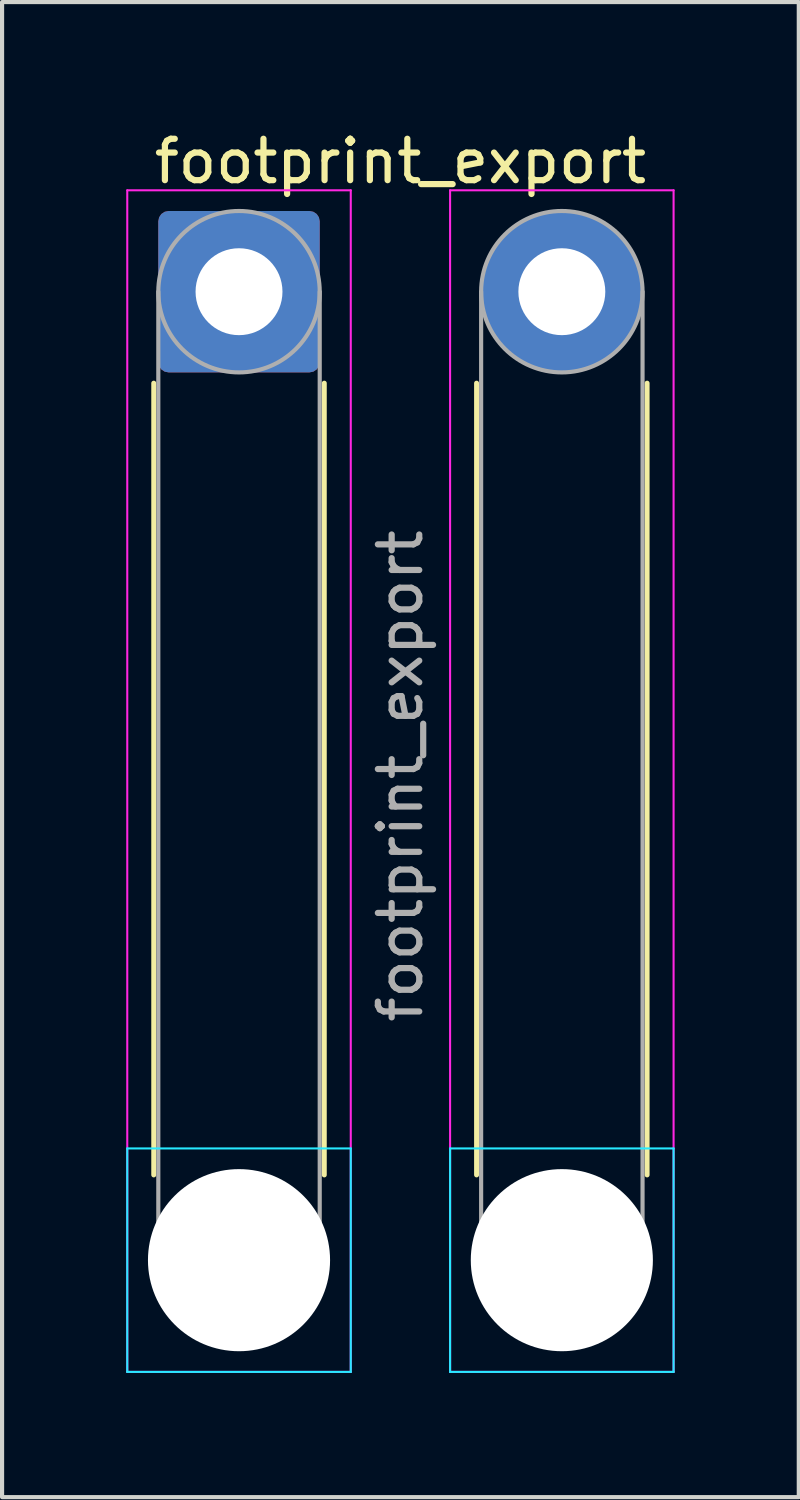
<source format=kicad_pcb>
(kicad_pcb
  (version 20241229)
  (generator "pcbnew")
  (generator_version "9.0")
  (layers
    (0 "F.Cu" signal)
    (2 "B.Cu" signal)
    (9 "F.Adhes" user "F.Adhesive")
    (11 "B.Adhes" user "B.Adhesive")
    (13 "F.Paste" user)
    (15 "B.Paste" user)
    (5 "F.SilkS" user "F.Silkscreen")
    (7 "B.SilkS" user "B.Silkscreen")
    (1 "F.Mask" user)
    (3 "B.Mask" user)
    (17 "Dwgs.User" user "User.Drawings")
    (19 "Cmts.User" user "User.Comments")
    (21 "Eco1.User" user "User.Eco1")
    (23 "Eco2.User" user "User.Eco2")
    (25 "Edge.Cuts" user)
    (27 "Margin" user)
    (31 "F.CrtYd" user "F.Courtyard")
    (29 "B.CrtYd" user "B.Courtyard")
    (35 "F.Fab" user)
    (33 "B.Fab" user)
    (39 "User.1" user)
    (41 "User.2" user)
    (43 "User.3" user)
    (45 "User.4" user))
  (footprint "footprint_export"
    (layer "F.Cu")
    (at 2.725 3.998)
    (property "Reference" "footprint_export" (at 3.9 -3.15 0) (layer "F.SilkS") (effects (font (size 1 1) (thickness 0.15))))
    (attr exclude_from_pos_files exclude_from_bom)
    (fp_line (start -2.06 2.21) (end -2.06 21.34) (stroke (width 0.12) (type solid)) (layer "F.SilkS"))
    (fp_line (start 2.06 2.21) (end 2.06 21.34) (stroke (width 0.12) (type solid)) (layer "F.SilkS"))
    (fp_line (start 5.74 2.21) (end 5.74 21.34) (stroke (width 0.12) (type solid)) (layer "F.SilkS"))
    (fp_line (start 9.86 2.21) (end 9.86 21.34) (stroke (width 0.12) (type solid)) (layer "F.SilkS"))
    (fp_line (start -2.7 20.7) (end -2.7 26.1) (stroke (width 0.05) (type solid)) (layer "B.CrtYd"))
    (fp_line (start -2.7 26.1) (end 2.7 26.1) (stroke (width 0.05) (type solid)) (layer "B.CrtYd"))
    (fp_line (start 2.7 20.7) (end -2.7 20.7) (stroke (width 0.05) (type solid)) (layer "B.CrtYd"))
    (fp_line (start 2.7 26.1) (end 2.7 20.7) (stroke (width 0.05) (type solid)) (layer "B.CrtYd"))
    (fp_line (start 5.1 20.7) (end 5.1 26.1) (stroke (width 0.05) (type solid)) (layer "B.CrtYd"))
    (fp_line (start 5.1 26.1) (end 10.5 26.1) (stroke (width 0.05) (type solid)) (layer "B.CrtYd"))
    (fp_line (start 10.5 20.7) (end 5.1 20.7) (stroke (width 0.05) (type solid)) (layer "B.CrtYd"))
    (fp_line (start 10.5 26.1) (end 10.5 20.7) (stroke (width 0.05) (type solid)) (layer "B.CrtYd"))
    (fp_line (start -2.7 -2.45) (end -2.7 26.1) (stroke (width 0.05) (type solid)) (layer "F.CrtYd"))
    (fp_line (start -2.7 26.1) (end 2.7 26.1) (stroke (width 0.05) (type solid)) (layer "F.CrtYd"))
    (fp_line (start 2.7 -2.45) (end -2.7 -2.45) (stroke (width 0.05) (type solid)) (layer "F.CrtYd"))
    (fp_line (start 2.7 26.1) (end 2.7 -2.45) (stroke (width 0.05) (type solid)) (layer "F.CrtYd"))
    (fp_line (start 5.1 -2.45) (end 5.1 26.1) (stroke (width 0.05) (type solid)) (layer "F.CrtYd"))
    (fp_line (start 5.1 26.1) (end 10.5 26.1) (stroke (width 0.05) (type solid)) (layer "F.CrtYd"))
    (fp_line (start 10.5 -2.45) (end 5.1 -2.45) (stroke (width 0.05) (type solid)) (layer "F.CrtYd"))
    (fp_line (start 10.5 26.1) (end 10.5 -2.45) (stroke (width 0.05) (type solid)) (layer "F.CrtYd"))
    (fp_line (start -1.95 0) (end -1.95 23.4) (stroke (width 0.1) (type solid)) (layer "F.Fab"))
    (fp_line (start 1.95 0) (end 1.95 23.4) (stroke (width 0.1) (type solid)) (layer "F.Fab"))
    (fp_line (start 5.85 0) (end 5.85 23.4) (stroke (width 0.1) (type solid)) (layer "F.Fab"))
    (fp_line (start 9.75 0) (end 9.75 23.4) (stroke (width 0.1) (type solid)) (layer "F.Fab"))
    (fp_circle (center 0 0) (end 1.95 0) (stroke (width 0.1) (type solid)) (fill no) (layer "F.Fab"))
    (fp_circle (center 0 23.4) (end 1.95 23.4) (stroke (width 0.1) (type solid)) (fill no) (layer "F.Fab"))
    (fp_circle (center 7.8 0) (end 9.75 0) (stroke (width 0.1) (type solid)) (fill no) (layer "F.Fab"))
    (fp_circle (center 7.8 23.4) (end 9.75 23.4) (stroke (width 0.1) (type solid)) (fill no) (layer "F.Fab"))
    (fp_text user "${REFERENCE}" (at 3.9 11.7 90) (layer "F.Fab") (effects (font (size 1 1) (thickness 0.15))))
    (pad "" np_thru_hole circle (at 0 23.4) (size 4.4 4.4) (drill 4.4) (layers "*.Cu" "*.Mask"))
    (pad "" np_thru_hole circle (at 7.8 23.4) (size 4.4 4.4) (drill 4.4) (layers "*.Cu" "*.Mask"))
    (pad "1" thru_hole roundrect (at 0 0) (size 3.9 3.9) (drill 2.1) (layers "*.Cu" "*.Mask") (roundrect_rratio 0.064))
    (pad "2" thru_hole circle (at 7.8 0) (size 3.9 3.9) (drill 2.1) (layers "*.Cu" "*.Mask")))
  (gr_rect
    (start -3 -3)
    (end 16.25 33.123)
    (stroke (width 0.1) (type default))
    (fill no)
    (layer "Edge.Cuts")))
</source>
